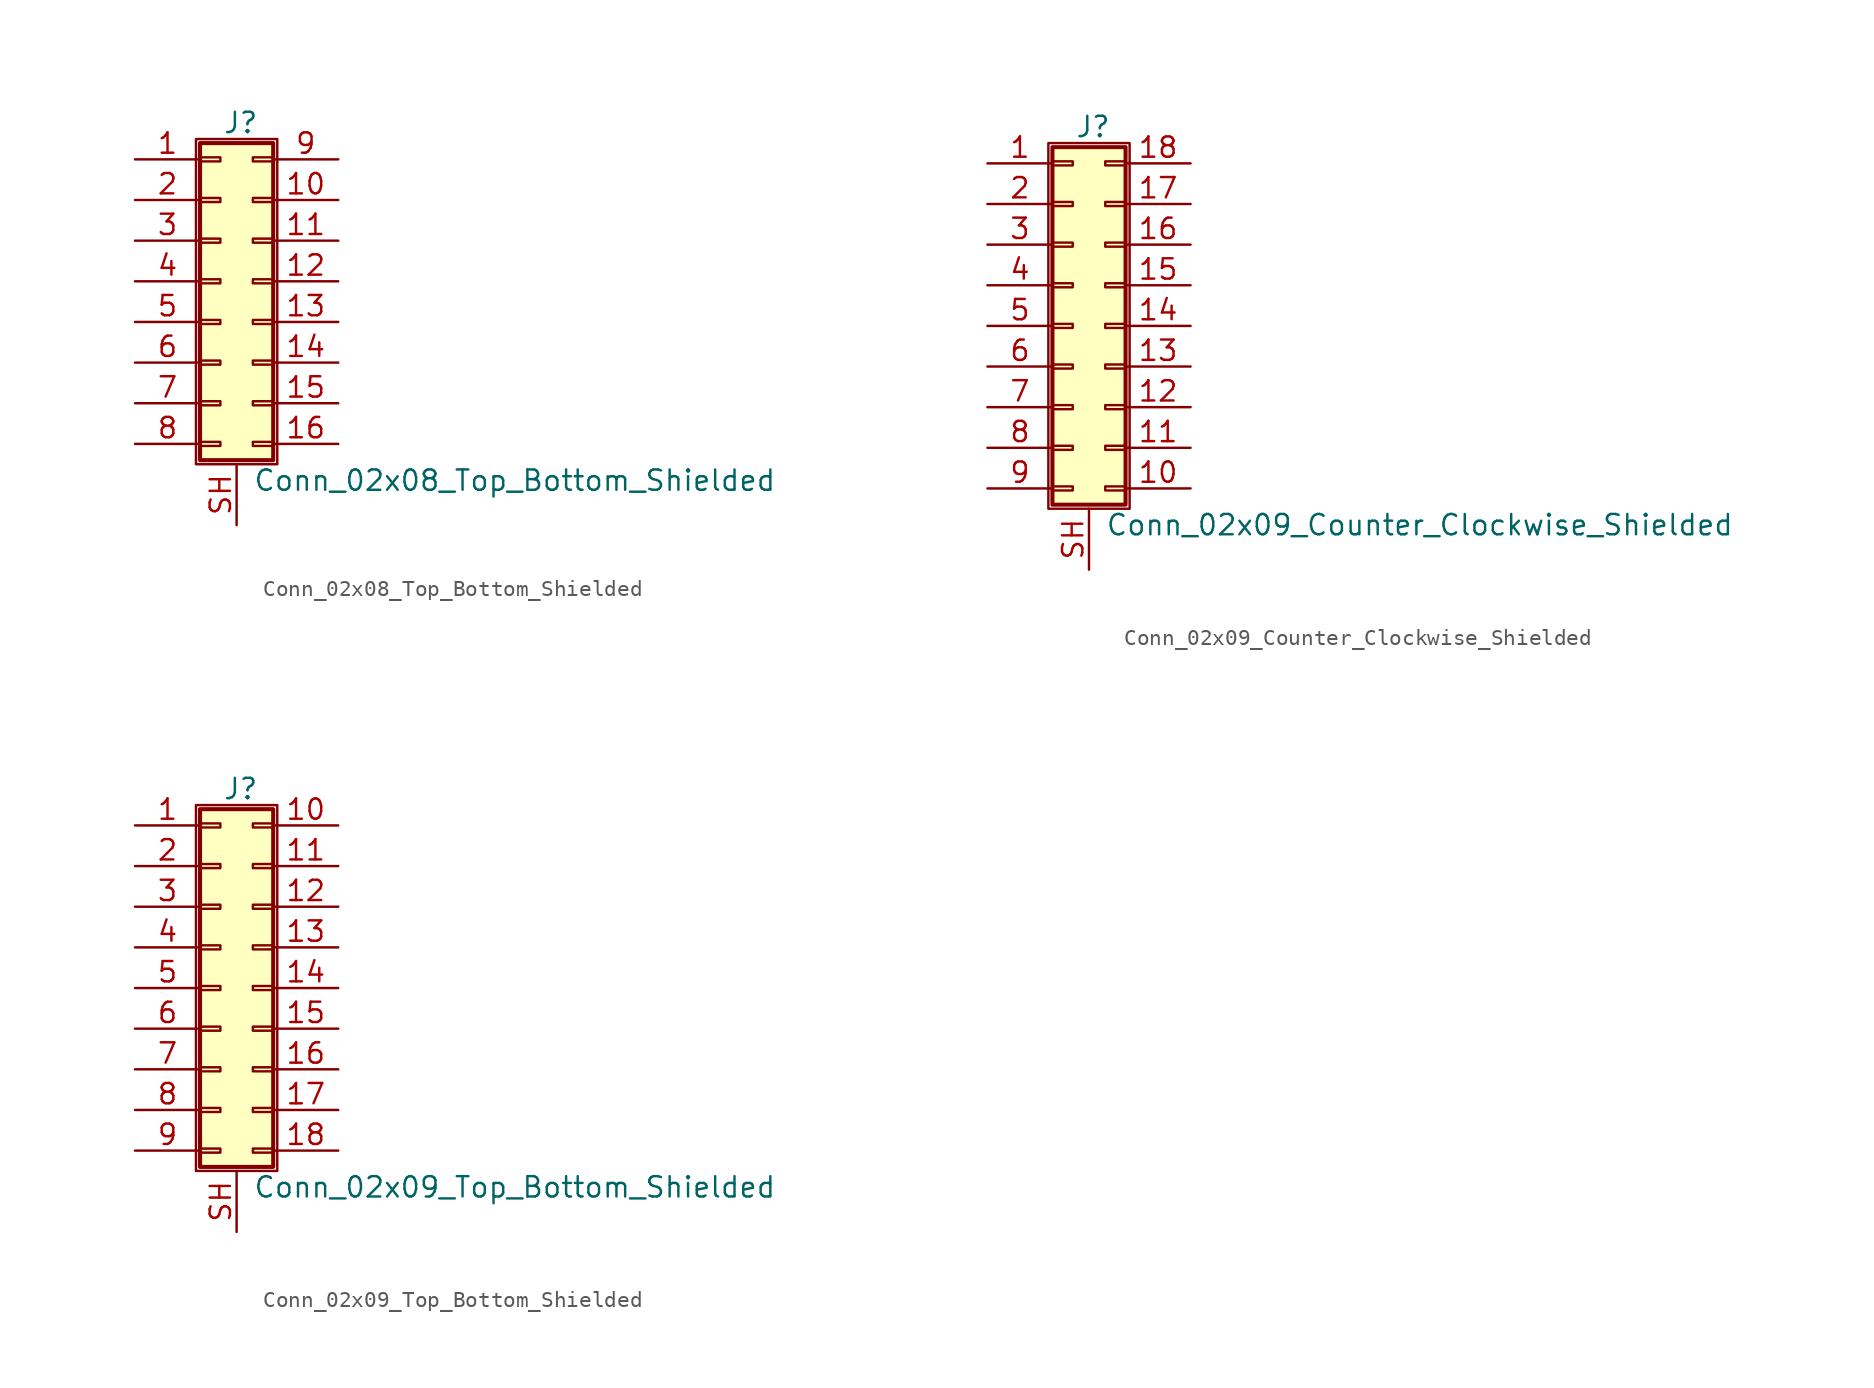
<source format=kicad_sym>
(kicad_symbol_lib
  (version 20220914)
  (generator kicad_symbol_editor)
  (symbol "Conn_02x08_Top_Bottom_Shielded"
    (pin_names
      (offset 1.016) hide)
    (property "Reference" "J"
      (at 1.524 9.906 0)
      (effects (font (size 1.27 1.27))))
    (property "Value" "Conn_02x08_Top_Bottom_Shielded"
      (at 2.286 -12.446 0)
      (effects (font (size 1.27 1.27)) (justify left)))
    (symbol "Conn_02x08_Top_Bottom_Shielded_1_1"
      (rectangle (start -1.27 8.89) (end 3.81 -11.43) (stroke (width 0.152) (type default)) (fill (type none)))
      (rectangle (start -1.016 -10.033) (end 0.254 -10.287) (stroke (width 0.152) (type default)) (fill (type none)))
      (rectangle (start -1.016 -7.493) (end 0.254 -7.747) (stroke (width 0.152) (type default)) (fill (type none)))
      (rectangle (start -1.016 -4.953) (end 0.254 -5.207) (stroke (width 0.152) (type default)) (fill (type none)))
      (rectangle (start -1.016 -2.413) (end 0.254 -2.667) (stroke (width 0.152) (type default)) (fill (type none)))
      (rectangle (start -1.016 0.127) (end 0.254 -0.127) (stroke (width 0.152) (type default)) (fill (type none)))
      (rectangle (start -1.016 2.667) (end 0.254 2.413) (stroke (width 0.152) (type default)) (fill (type none)))
      (rectangle (start -1.016 5.207) (end 0.254 4.953) (stroke (width 0.152) (type default)) (fill (type none)))
      (rectangle (start -1.016 7.747) (end 0.254 7.493) (stroke (width 0.152) (type default)) (fill (type none)))
      (rectangle (start -1.016 8.636) (end 3.556 -11.176) (stroke (width 0.254) (type default)) (fill (type background)))
      (rectangle (start 3.556 -10.033) (end 2.286 -10.287) (stroke (width 0.152) (type default)) (fill (type none)))
      (rectangle (start 3.556 -7.493) (end 2.286 -7.747) (stroke (width 0.152) (type default)) (fill (type none)))
      (rectangle (start 3.556 -4.953) (end 2.286 -5.207) (stroke (width 0.152) (type default)) (fill (type none)))
      (rectangle (start 3.556 -2.413) (end 2.286 -2.667) (stroke (width 0.152) (type default)) (fill (type none)))
      (rectangle (start 3.556 0.127) (end 2.286 -0.127) (stroke (width 0.152) (type default)) (fill (type none)))
      (rectangle (start 3.556 2.667) (end 2.286 2.413) (stroke (width 0.152) (type default)) (fill (type none)))
      (rectangle (start 3.556 5.207) (end 2.286 4.953) (stroke (width 0.152) (type default)) (fill (type none)))
      (rectangle (start 3.556 7.747) (end 2.286 7.493) (stroke (width 0.152) (type default)) (fill (type none)))
      (pin passive line (at -5.08 7.62 0) (length 4.064) (name "Pin_1" (effects (font (size 1.27 1.27)))) (number "1" (effects (font (size 1.27 1.27)))))
      (pin passive line (at 7.62 5.08 180) (length 4.064) (name "Pin_10" (effects (font (size 1.27 1.27)))) (number "10" (effects (font (size 1.27 1.27)))))
      (pin passive line (at 7.62 2.54 180) (length 4.064) (name "Pin_11" (effects (font (size 1.27 1.27)))) (number "11" (effects (font (size 1.27 1.27)))))
      (pin passive line (at 7.62 0 180) (length 4.064) (name "Pin_12" (effects (font (size 1.27 1.27)))) (number "12" (effects (font (size 1.27 1.27)))))
      (pin passive line (at 7.62 -2.54 180) (length 4.064) (name "Pin_13" (effects (font (size 1.27 1.27)))) (number "13" (effects (font (size 1.27 1.27)))))
      (pin passive line (at 7.62 -5.08 180) (length 4.064) (name "Pin_14" (effects (font (size 1.27 1.27)))) (number "14" (effects (font (size 1.27 1.27)))))
      (pin passive line (at 7.62 -7.62 180) (length 4.064) (name "Pin_15" (effects (font (size 1.27 1.27)))) (number "15" (effects (font (size 1.27 1.27)))))
      (pin passive line (at 7.62 -10.16 180) (length 4.064) (name "Pin_16" (effects (font (size 1.27 1.27)))) (number "16" (effects (font (size 1.27 1.27)))))
      (pin passive line (at -5.08 5.08 0) (length 4.064) (name "Pin_2" (effects (font (size 1.27 1.27)))) (number "2" (effects (font (size 1.27 1.27)))))
      (pin passive line (at -5.08 2.54 0) (length 4.064) (name "Pin_3" (effects (font (size 1.27 1.27)))) (number "3" (effects (font (size 1.27 1.27)))))
      (pin passive line (at -5.08 0 0) (length 4.064) (name "Pin_4" (effects (font (size 1.27 1.27)))) (number "4" (effects (font (size 1.27 1.27)))))
      (pin passive line (at -5.08 -2.54 0) (length 4.064) (name "Pin_5" (effects (font (size 1.27 1.27)))) (number "5" (effects (font (size 1.27 1.27)))))
      (pin passive line (at -5.08 -5.08 0) (length 4.064) (name "Pin_6" (effects (font (size 1.27 1.27)))) (number "6" (effects (font (size 1.27 1.27)))))
      (pin passive line (at -5.08 -7.62 0) (length 4.064) (name "Pin_7" (effects (font (size 1.27 1.27)))) (number "7" (effects (font (size 1.27 1.27)))))
      (pin passive line (at -5.08 -10.16 0) (length 4.064) (name "Pin_8" (effects (font (size 1.27 1.27)))) (number "8" (effects (font (size 1.27 1.27)))))
      (pin passive line (at 7.62 7.62 180) (length 4.064) (name "Pin_9" (effects (font (size 1.27 1.27)))) (number "9" (effects (font (size 1.27 1.27)))))
      (pin passive line (at 1.27 -15.24 90) (length 3.81) (name "Shield" (effects (font (size 1.27 1.27)))) (number "SH" (effects (font (size 1.27 1.27)))))))
  (symbol "Conn_02x09_Counter_Clockwise_Shielded"
    (pin_names
      (offset 1.016) hide)
    (property "Reference" "J"
      (at 1.524 12.446 0)
      (effects (font (size 1.27 1.27))))
    (property "Value" "Conn_02x09_Counter_Clockwise_Shielded"
      (at 2.286 -12.446 0)
      (effects (font (size 1.27 1.27)) (justify left)))
    (symbol "Conn_02x09_Counter_Clockwise_Shielded_1_1"
      (rectangle (start -1.27 11.43) (end 3.81 -11.43) (stroke (width 0.152) (type default)) (fill (type none)))
      (rectangle (start -1.016 -10.033) (end 0.254 -10.287) (stroke (width 0.152) (type default)) (fill (type none)))
      (rectangle (start -1.016 -7.493) (end 0.254 -7.747) (stroke (width 0.152) (type default)) (fill (type none)))
      (rectangle (start -1.016 -4.953) (end 0.254 -5.207) (stroke (width 0.152) (type default)) (fill (type none)))
      (rectangle (start -1.016 -2.413) (end 0.254 -2.667) (stroke (width 0.152) (type default)) (fill (type none)))
      (rectangle (start -1.016 0.127) (end 0.254 -0.127) (stroke (width 0.152) (type default)) (fill (type none)))
      (rectangle (start -1.016 2.667) (end 0.254 2.413) (stroke (width 0.152) (type default)) (fill (type none)))
      (rectangle (start -1.016 5.207) (end 0.254 4.953) (stroke (width 0.152) (type default)) (fill (type none)))
      (rectangle (start -1.016 7.747) (end 0.254 7.493) (stroke (width 0.152) (type default)) (fill (type none)))
      (rectangle (start -1.016 10.287) (end 0.254 10.033) (stroke (width 0.152) (type default)) (fill (type none)))
      (rectangle (start -1.016 11.176) (end 3.556 -11.176) (stroke (width 0.254) (type default)) (fill (type background)))
      (rectangle (start 3.556 -10.033) (end 2.286 -10.287) (stroke (width 0.152) (type default)) (fill (type none)))
      (rectangle (start 3.556 -7.493) (end 2.286 -7.747) (stroke (width 0.152) (type default)) (fill (type none)))
      (rectangle (start 3.556 -4.953) (end 2.286 -5.207) (stroke (width 0.152) (type default)) (fill (type none)))
      (rectangle (start 3.556 -2.413) (end 2.286 -2.667) (stroke (width 0.152) (type default)) (fill (type none)))
      (rectangle (start 3.556 0.127) (end 2.286 -0.127) (stroke (width 0.152) (type default)) (fill (type none)))
      (rectangle (start 3.556 2.667) (end 2.286 2.413) (stroke (width 0.152) (type default)) (fill (type none)))
      (rectangle (start 3.556 5.207) (end 2.286 4.953) (stroke (width 0.152) (type default)) (fill (type none)))
      (rectangle (start 3.556 7.747) (end 2.286 7.493) (stroke (width 0.152) (type default)) (fill (type none)))
      (rectangle (start 3.556 10.287) (end 2.286 10.033) (stroke (width 0.152) (type default)) (fill (type none)))
      (pin passive line (at -5.08 10.16 0) (length 4.064) (name "Pin_1" (effects (font (size 1.27 1.27)))) (number "1" (effects (font (size 1.27 1.27)))))
      (pin passive line (at 7.62 -10.16 180) (length 4.064) (name "Pin_10" (effects (font (size 1.27 1.27)))) (number "10" (effects (font (size 1.27 1.27)))))
      (pin passive line (at 7.62 -7.62 180) (length 4.064) (name "Pin_11" (effects (font (size 1.27 1.27)))) (number "11" (effects (font (size 1.27 1.27)))))
      (pin passive line (at 7.62 -5.08 180) (length 4.064) (name "Pin_12" (effects (font (size 1.27 1.27)))) (number "12" (effects (font (size 1.27 1.27)))))
      (pin passive line (at 7.62 -2.54 180) (length 4.064) (name "Pin_13" (effects (font (size 1.27 1.27)))) (number "13" (effects (font (size 1.27 1.27)))))
      (pin passive line (at 7.62 0 180) (length 4.064) (name "Pin_14" (effects (font (size 1.27 1.27)))) (number "14" (effects (font (size 1.27 1.27)))))
      (pin passive line (at 7.62 2.54 180) (length 4.064) (name "Pin_15" (effects (font (size 1.27 1.27)))) (number "15" (effects (font (size 1.27 1.27)))))
      (pin passive line (at 7.62 5.08 180) (length 4.064) (name "Pin_16" (effects (font (size 1.27 1.27)))) (number "16" (effects (font (size 1.27 1.27)))))
      (pin passive line (at 7.62 7.62 180) (length 4.064) (name "Pin_17" (effects (font (size 1.27 1.27)))) (number "17" (effects (font (size 1.27 1.27)))))
      (pin passive line (at 7.62 10.16 180) (length 4.064) (name "Pin_18" (effects (font (size 1.27 1.27)))) (number "18" (effects (font (size 1.27 1.27)))))
      (pin passive line (at -5.08 7.62 0) (length 4.064) (name "Pin_2" (effects (font (size 1.27 1.27)))) (number "2" (effects (font (size 1.27 1.27)))))
      (pin passive line (at -5.08 5.08 0) (length 4.064) (name "Pin_3" (effects (font (size 1.27 1.27)))) (number "3" (effects (font (size 1.27 1.27)))))
      (pin passive line (at -5.08 2.54 0) (length 4.064) (name "Pin_4" (effects (font (size 1.27 1.27)))) (number "4" (effects (font (size 1.27 1.27)))))
      (pin passive line (at -5.08 0 0) (length 4.064) (name "Pin_5" (effects (font (size 1.27 1.27)))) (number "5" (effects (font (size 1.27 1.27)))))
      (pin passive line (at -5.08 -2.54 0) (length 4.064) (name "Pin_6" (effects (font (size 1.27 1.27)))) (number "6" (effects (font (size 1.27 1.27)))))
      (pin passive line (at -5.08 -5.08 0) (length 4.064) (name "Pin_7" (effects (font (size 1.27 1.27)))) (number "7" (effects (font (size 1.27 1.27)))))
      (pin passive line (at -5.08 -7.62 0) (length 4.064) (name "Pin_8" (effects (font (size 1.27 1.27)))) (number "8" (effects (font (size 1.27 1.27)))))
      (pin passive line (at -5.08 -10.16 0) (length 4.064) (name "Pin_9" (effects (font (size 1.27 1.27)))) (number "9" (effects (font (size 1.27 1.27)))))
      (pin passive line (at 1.27 -15.24 90) (length 3.81) (name "Shield" (effects (font (size 1.27 1.27)))) (number "SH" (effects (font (size 1.27 1.27)))))))
  (symbol "Conn_02x09_Top_Bottom_Shielded"
    (pin_names
      (offset 1.016) hide)
    (property "Reference" "J"
      (at 1.524 12.446 0)
      (effects (font (size 1.27 1.27))))
    (property "Value" "Conn_02x09_Top_Bottom_Shielded"
      (at 2.286 -12.446 0)
      (effects (font (size 1.27 1.27)) (justify left)))
    (symbol "Conn_02x09_Top_Bottom_Shielded_1_1"
      (rectangle (start -1.27 11.43) (end 3.81 -11.43) (stroke (width 0.152) (type default)) (fill (type none)))
      (rectangle (start -1.016 -10.033) (end 0.254 -10.287) (stroke (width 0.152) (type default)) (fill (type none)))
      (rectangle (start -1.016 -7.493) (end 0.254 -7.747) (stroke (width 0.152) (type default)) (fill (type none)))
      (rectangle (start -1.016 -4.953) (end 0.254 -5.207) (stroke (width 0.152) (type default)) (fill (type none)))
      (rectangle (start -1.016 -2.413) (end 0.254 -2.667) (stroke (width 0.152) (type default)) (fill (type none)))
      (rectangle (start -1.016 0.127) (end 0.254 -0.127) (stroke (width 0.152) (type default)) (fill (type none)))
      (rectangle (start -1.016 2.667) (end 0.254 2.413) (stroke (width 0.152) (type default)) (fill (type none)))
      (rectangle (start -1.016 5.207) (end 0.254 4.953) (stroke (width 0.152) (type default)) (fill (type none)))
      (rectangle (start -1.016 7.747) (end 0.254 7.493) (stroke (width 0.152) (type default)) (fill (type none)))
      (rectangle (start -1.016 10.287) (end 0.254 10.033) (stroke (width 0.152) (type default)) (fill (type none)))
      (rectangle (start -1.016 11.176) (end 3.556 -11.176) (stroke (width 0.254) (type default)) (fill (type background)))
      (rectangle (start 3.556 -10.033) (end 2.286 -10.287) (stroke (width 0.152) (type default)) (fill (type none)))
      (rectangle (start 3.556 -7.493) (end 2.286 -7.747) (stroke (width 0.152) (type default)) (fill (type none)))
      (rectangle (start 3.556 -4.953) (end 2.286 -5.207) (stroke (width 0.152) (type default)) (fill (type none)))
      (rectangle (start 3.556 -2.413) (end 2.286 -2.667) (stroke (width 0.152) (type default)) (fill (type none)))
      (rectangle (start 3.556 0.127) (end 2.286 -0.127) (stroke (width 0.152) (type default)) (fill (type none)))
      (rectangle (start 3.556 2.667) (end 2.286 2.413) (stroke (width 0.152) (type default)) (fill (type none)))
      (rectangle (start 3.556 5.207) (end 2.286 4.953) (stroke (width 0.152) (type default)) (fill (type none)))
      (rectangle (start 3.556 7.747) (end 2.286 7.493) (stroke (width 0.152) (type default)) (fill (type none)))
      (rectangle (start 3.556 10.287) (end 2.286 10.033) (stroke (width 0.152) (type default)) (fill (type none)))
      (pin passive line (at -5.08 10.16 0) (length 4.064) (name "Pin_1" (effects (font (size 1.27 1.27)))) (number "1" (effects (font (size 1.27 1.27)))))
      (pin passive line (at 7.62 10.16 180) (length 4.064) (name "Pin_10" (effects (font (size 1.27 1.27)))) (number "10" (effects (font (size 1.27 1.27)))))
      (pin passive line (at 7.62 7.62 180) (length 4.064) (name "Pin_11" (effects (font (size 1.27 1.27)))) (number "11" (effects (font (size 1.27 1.27)))))
      (pin passive line (at 7.62 5.08 180) (length 4.064) (name "Pin_12" (effects (font (size 1.27 1.27)))) (number "12" (effects (font (size 1.27 1.27)))))
      (pin passive line (at 7.62 2.54 180) (length 4.064) (name "Pin_13" (effects (font (size 1.27 1.27)))) (number "13" (effects (font (size 1.27 1.27)))))
      (pin passive line (at 7.62 0 180) (length 4.064) (name "Pin_14" (effects (font (size 1.27 1.27)))) (number "14" (effects (font (size 1.27 1.27)))))
      (pin passive line (at 7.62 -2.54 180) (length 4.064) (name "Pin_15" (effects (font (size 1.27 1.27)))) (number "15" (effects (font (size 1.27 1.27)))))
      (pin passive line (at 7.62 -5.08 180) (length 4.064) (name "Pin_16" (effects (font (size 1.27 1.27)))) (number "16" (effects (font (size 1.27 1.27)))))
      (pin passive line (at 7.62 -7.62 180) (length 4.064) (name "Pin_17" (effects (font (size 1.27 1.27)))) (number "17" (effects (font (size 1.27 1.27)))))
      (pin passive line (at 7.62 -10.16 180) (length 4.064) (name "Pin_18" (effects (font (size 1.27 1.27)))) (number "18" (effects (font (size 1.27 1.27)))))
      (pin passive line (at -5.08 7.62 0) (length 4.064) (name "Pin_2" (effects (font (size 1.27 1.27)))) (number "2" (effects (font (size 1.27 1.27)))))
      (pin passive line (at -5.08 5.08 0) (length 4.064) (name "Pin_3" (effects (font (size 1.27 1.27)))) (number "3" (effects (font (size 1.27 1.27)))))
      (pin passive line (at -5.08 2.54 0) (length 4.064) (name "Pin_4" (effects (font (size 1.27 1.27)))) (number "4" (effects (font (size 1.27 1.27)))))
      (pin passive line (at -5.08 0 0) (length 4.064) (name "Pin_5" (effects (font (size 1.27 1.27)))) (number "5" (effects (font (size 1.27 1.27)))))
      (pin passive line (at -5.08 -2.54 0) (length 4.064) (name "Pin_6" (effects (font (size 1.27 1.27)))) (number "6" (effects (font (size 1.27 1.27)))))
      (pin passive line (at -5.08 -5.08 0) (length 4.064) (name "Pin_7" (effects (font (size 1.27 1.27)))) (number "7" (effects (font (size 1.27 1.27)))))
      (pin passive line (at -5.08 -7.62 0) (length 4.064) (name "Pin_8" (effects (font (size 1.27 1.27)))) (number "8" (effects (font (size 1.27 1.27)))))
      (pin passive line (at -5.08 -10.16 0) (length 4.064) (name "Pin_9" (effects (font (size 1.27 1.27)))) (number "9" (effects (font (size 1.27 1.27)))))
      (pin passive line (at 1.27 -15.24 90) (length 3.81) (name "Shield" (effects (font (size 1.27 1.27)))) (number "SH" (effects (font (size 1.27 1.27))))))))
</source>
